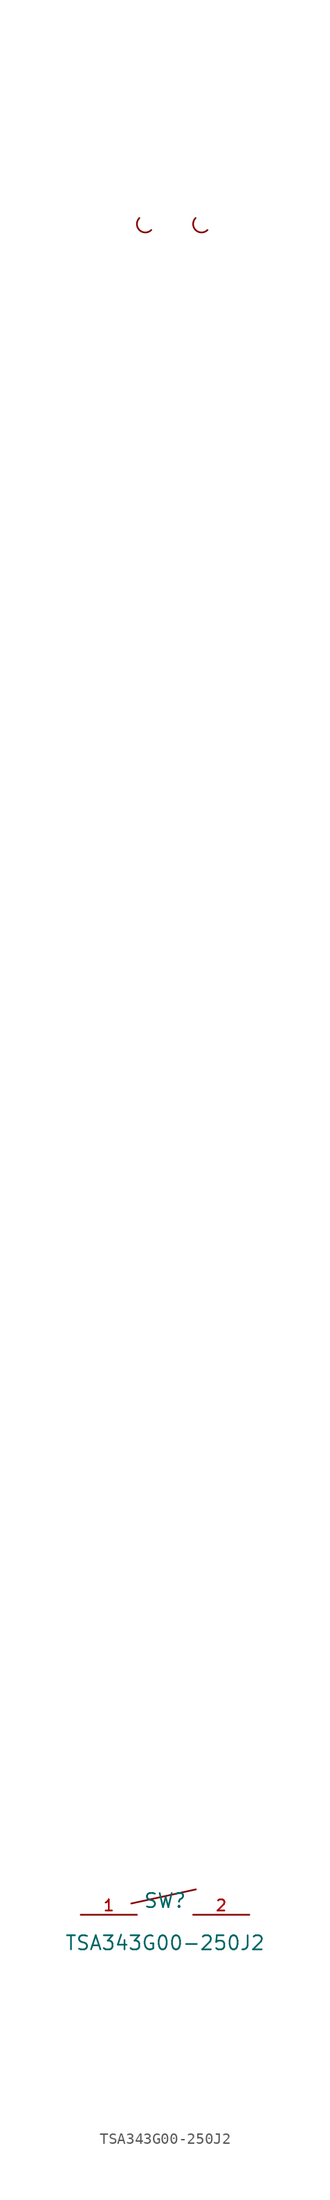
<source format=kicad_sym>
(kicad_symbol_lib
  (version 20210201)
  (generator TousstNicolas/JLC2KiCad_lib)
  (symbol "TSA343G00-250J2"
    (pin_names hide)
    (property "Reference" "SW"
      (at 0 1.27 0)
      (effects (font (size 1.27 1.27))))
    (property "Value" "TSA343G00-250J2"
      (at 0 -2.54 0)
      (effects (font (size 1.27 1.27))))
    (symbol "TSA343G00-250J2_0_1"
      (polyline (pts (xy -3.048 1.016) (xy 2.794 2.286)) (stroke (width 0) (type default) (color 0 0 0 0)) (fill (type none)))
      (arc (start 3.8408230489102517 151.86214875703337) (mid 2.763190159116165 151.86214875703337) (end 2.763190159116165 152.93978164682747) (stroke (width 0) (type default) (color 0 0 0 0)) (fill (type none)))
      (pin input line (at -7.62 -0.0 0) (length 5.08) (name "1" (effects (font (size 1 1)))) (number "1" (effects (font (size 1 1)))))
      (arc (start -1.2391871111100687 151.86214875703337) (mid -2.3168200009041553 151.86214875703337) (end -2.3168200009041553 152.93978164682747) (stroke (width 0) (type default) (color 0 0 0 0)) (fill (type none)))
      (pin input line (at 7.62 -0.0 180) (length 5.08) (name "2" (effects (font (size 1 1)))) (number "2" (effects (font (size 1 1))))))))
</source>
